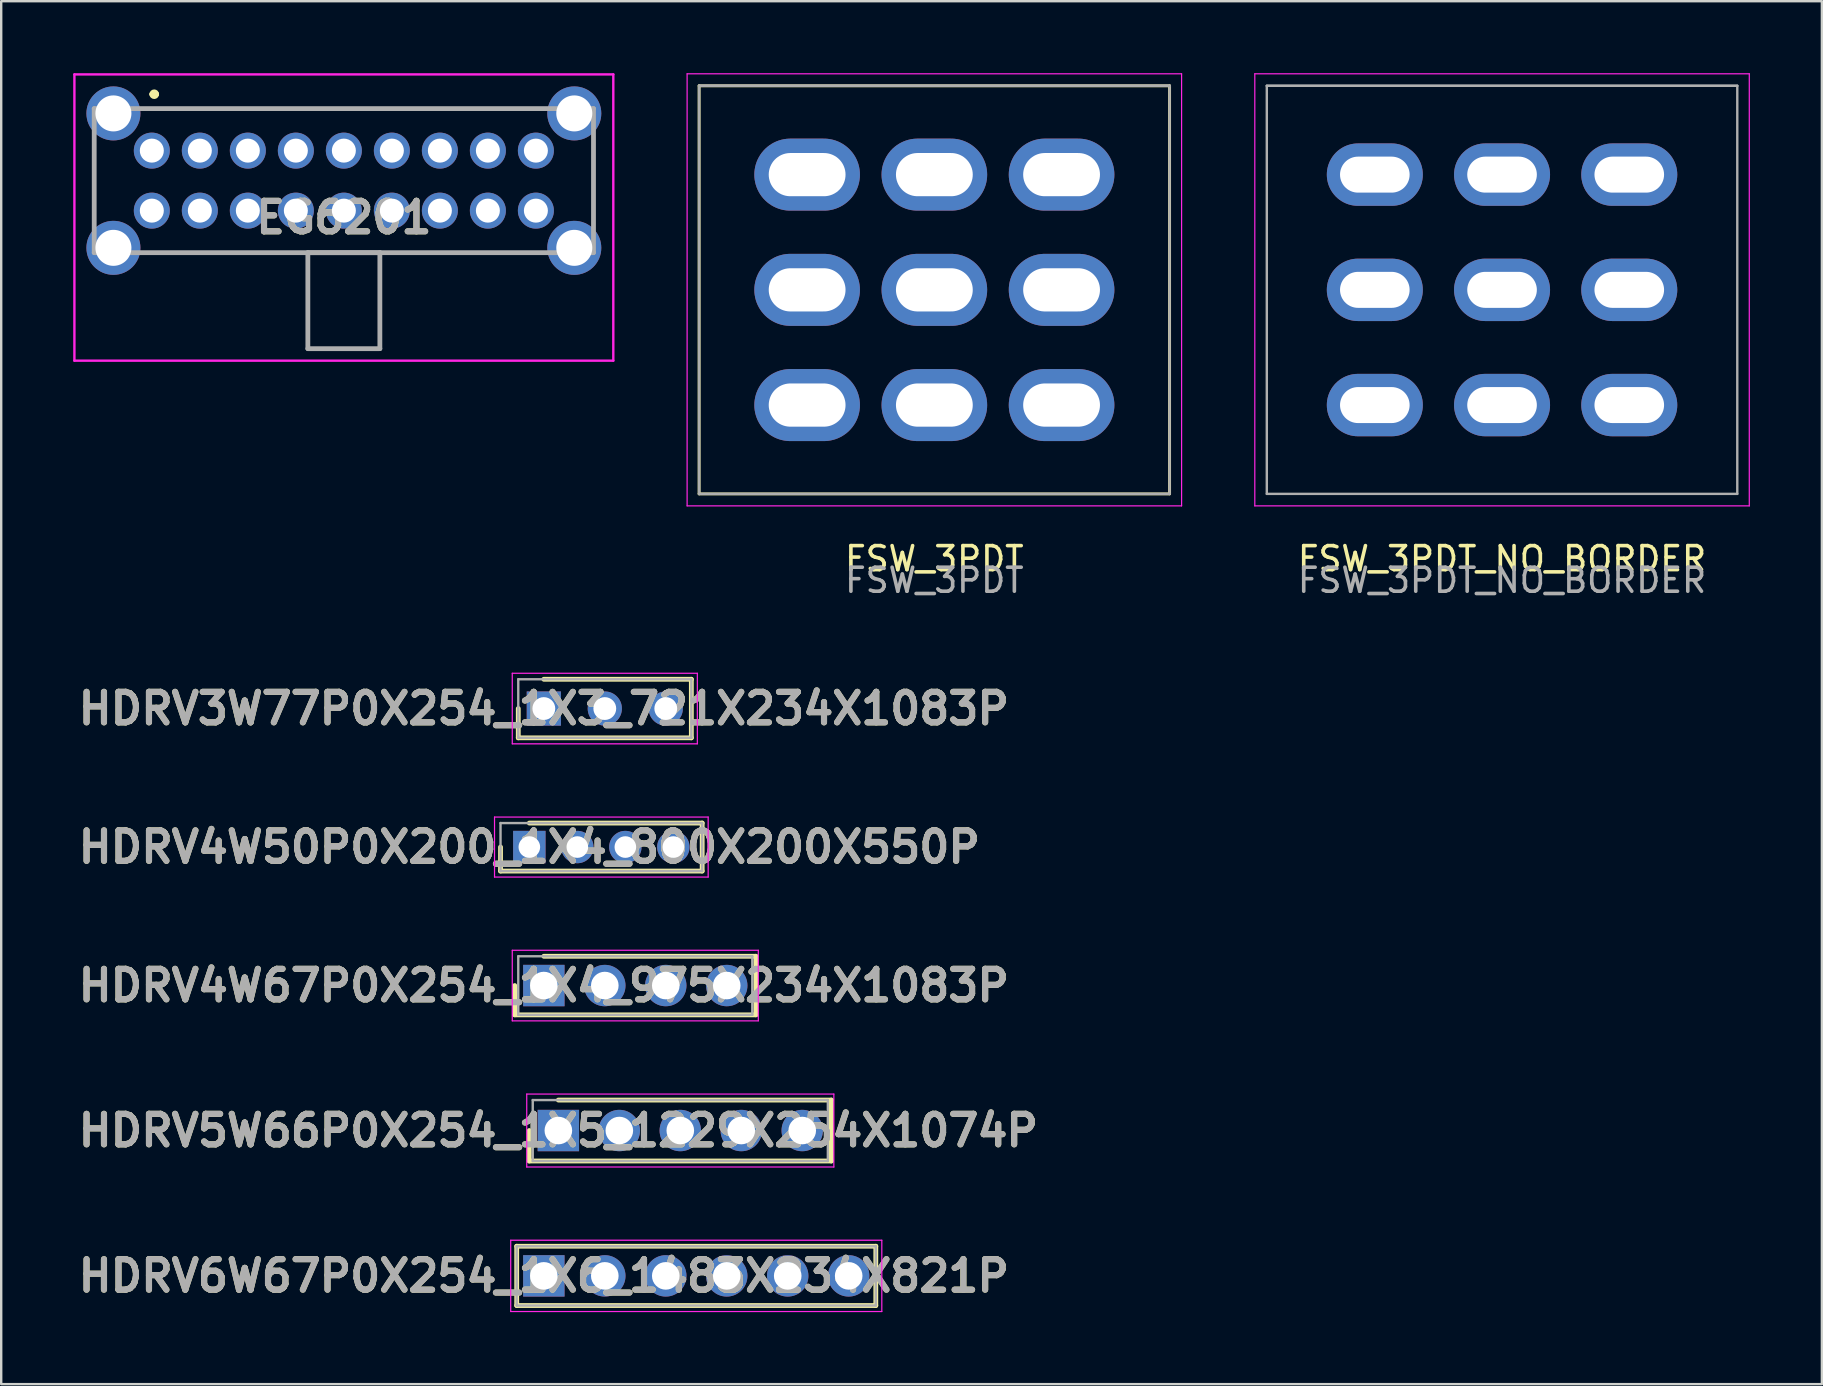
<source format=kicad_pcb>
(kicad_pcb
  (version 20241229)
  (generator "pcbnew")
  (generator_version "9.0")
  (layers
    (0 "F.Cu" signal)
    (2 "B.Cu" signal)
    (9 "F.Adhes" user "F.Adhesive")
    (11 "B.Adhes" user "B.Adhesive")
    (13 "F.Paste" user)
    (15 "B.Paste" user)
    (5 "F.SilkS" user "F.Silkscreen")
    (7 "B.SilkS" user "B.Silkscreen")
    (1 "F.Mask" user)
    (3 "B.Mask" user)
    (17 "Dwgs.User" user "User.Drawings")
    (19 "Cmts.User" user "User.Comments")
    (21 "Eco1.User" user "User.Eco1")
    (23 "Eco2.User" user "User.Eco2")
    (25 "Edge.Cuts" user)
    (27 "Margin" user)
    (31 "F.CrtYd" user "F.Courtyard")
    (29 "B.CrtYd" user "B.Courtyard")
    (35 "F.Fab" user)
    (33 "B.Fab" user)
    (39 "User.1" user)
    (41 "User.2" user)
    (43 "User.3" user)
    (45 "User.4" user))
  (footprint "FSW_3PDT_NO_BORDER"
    (layer "F.Cu")
    (at 59.525 9.025)
    (property "Reference" "FSW_3PDT_NO_BORDER" (at 0 11.2 0) (layer "F.SilkS") (effects (font (size 1 1) (thickness 0.15))))
    (attr through_hole)
    (fp_line (start -10.3 -9) (end -10.3 9) (stroke (width 0.05) (type solid)) (layer "F.CrtYd"))
    (fp_line (start 10.3 -9) (end -10.3 -9) (stroke (width 0.05) (type solid)) (layer "F.CrtYd"))
    (fp_line (start 10.3 -9) (end 10.3 9) (stroke (width 0.05) (type solid)) (layer "F.CrtYd"))
    (fp_line (start 10.3 9) (end -10.3 9) (stroke (width 0.05) (type solid)) (layer "F.CrtYd"))
    (fp_line (start -9.8 -8.5) (end 9.8 -8.5) (stroke (width 0.1) (type solid)) (layer "F.Fab"))
    (fp_line (start -9.8 -8.5) (end 9.8 -8.5) (stroke (width 0.1) (type solid)) (layer "F.Fab"))
    (fp_line (start -9.8 8.5) (end -9.8 -8.5) (stroke (width 0.1) (type solid)) (layer "F.Fab"))
    (fp_line (start -9.8 8.5) (end 9.8 8.5) (stroke (width 0.1) (type solid)) (layer "F.Fab"))
    (fp_line (start 9.8 8.5) (end 9.8 -8.5) (stroke (width 0.1) (type solid)) (layer "F.Fab"))
    (fp_text user "${REFERENCE}" (at 0 12.1 0) (layer "F.Fab") (effects (font (size 1 1) (thickness 0.15))))
    (pad "1" thru_hole oval (at -5.3 -4.8) (size 4 2.6) (drill oval 2.9 1.5) (layers "*.Cu" "*.Mask"))
    (pad "2" thru_hole oval (at 0 -4.8) (size 4 2.6) (drill oval 2.9 1.5) (layers "*.Cu" "*.Mask"))
    (pad "3" thru_hole oval (at 5.3 -4.8) (size 4 2.6) (drill oval 2.9 1.5) (layers "*.Cu" "*.Mask"))
    (pad "4" thru_hole oval (at -5.3 0) (size 4 2.6) (drill oval 2.9 1.5) (layers "*.Cu" "*.Mask"))
    (pad "5" thru_hole oval (at 0 0) (size 4 2.6) (drill oval 2.9 1.5) (layers "*.Cu" "*.Mask"))
    (pad "6" thru_hole oval (at 5.3 0) (size 4 2.6) (drill oval 2.9 1.5) (layers "*.Cu" "*.Mask"))
    (pad "7" thru_hole oval (at -5.3 4.8) (size 4 2.6) (drill oval 2.9 1.5) (layers "*.Cu" "*.Mask"))
    (pad "8" thru_hole oval (at 0 4.8) (size 4 2.6) (drill oval 2.9 1.5) (layers "*.Cu" "*.Mask"))
    (pad "9" thru_hole oval (at 5.3 4.8) (size 4 2.6) (drill oval 2.9 1.5) (layers "*.Cu" "*.Mask")))
  (footprint "EG6201"
    (layer "F.Cu")
    (at 3.275 3.225)
    (property "Reference" "EG6201" (at 8 2.787 0) (layer "F.SilkS") (effects (font (size 1.27 1.27) (thickness 0.254))))
    (attr through_hole)
    (fp_line (start -2.4 0.25) (end -2.4 2.25) (stroke (width 0.1) (type solid)) (layer "F.SilkS"))
    (fp_line (start 0 -2.35) (end 0 -2.35) (stroke (width 0.2) (type solid)) (layer "F.SilkS"))
    (fp_line (start 0.2 -2.35) (end 0.2 -2.35) (stroke (width 0.2) (type solid)) (layer "F.SilkS"))
    (fp_line (start 0.5 -1.75) (end 15.5 -1.75) (stroke (width 0.1) (type solid)) (layer "F.SilkS"))
    (fp_line (start 0.5 4.25) (end 15.5 4.25) (stroke (width 0.1) (type solid)) (layer "F.SilkS"))
    (fp_line (start 18.4 0.25) (end 18.4 2.25) (stroke (width 0.1) (type solid)) (layer "F.SilkS"))
    (fp_arc (start 0 -2.35) (mid 0.1 -2.45) (end 0.2 -2.35) (stroke (width 0.2) (type solid)) (layer "F.SilkS"))
    (fp_arc (start 0.2 -2.35) (mid 0.1 -2.25) (end 0 -2.35) (stroke (width 0.2) (type solid)) (layer "F.SilkS"))
    (fp_line (start -3.225 -3.175) (end 19.225 -3.175) (stroke (width 0.1) (type solid)) (layer "F.CrtYd"))
    (fp_line (start -3.225 8.75) (end -3.225 -3.175) (stroke (width 0.1) (type solid)) (layer "F.CrtYd"))
    (fp_line (start 19.225 -3.175) (end 19.225 8.75) (stroke (width 0.1) (type solid)) (layer "F.CrtYd"))
    (fp_line (start 19.225 8.75) (end -3.225 8.75) (stroke (width 0.1) (type solid)) (layer "F.CrtYd"))
    (fp_line (start -2.4 -1.75) (end 18.4 -1.75) (stroke (width 0.2) (type solid)) (layer "F.Fab"))
    (fp_line (start -2.4 4.25) (end -2.4 -1.75) (stroke (width 0.2) (type solid)) (layer "F.Fab"))
    (fp_line (start 6.5 4.25) (end 9.5 4.25) (stroke (width 0.2) (type solid)) (layer "F.Fab"))
    (fp_line (start 6.5 8.25) (end 6.5 4.25) (stroke (width 0.2) (type solid)) (layer "F.Fab"))
    (fp_line (start 9.5 4.25) (end 9.5 8.25) (stroke (width 0.2) (type solid)) (layer "F.Fab"))
    (fp_line (start 9.5 8.25) (end 6.5 8.25) (stroke (width 0.2) (type solid)) (layer "F.Fab"))
    (fp_line (start 18.4 -1.75) (end 18.4 4.25) (stroke (width 0.2) (type solid)) (layer "F.Fab"))
    (fp_line (start 18.4 4.25) (end -2.4 4.25) (stroke (width 0.2) (type solid)) (layer "F.Fab"))
    (fp_text user "${REFERENCE}" (at 8 2.787 0) (layer "F.Fab") (effects (font (size 1.27 1.27) (thickness 0.254))))
    (pad "1" thru_hole circle (at 0 0) (size 1.5 1.5) (drill 1) (layers "*.Cu" "*.Mask"))
    (pad "2" thru_hole circle (at 2 0) (size 1.5 1.5) (drill 1) (layers "*.Cu" "*.Mask"))
    (pad "3" thru_hole circle (at 4 0) (size 1.5 1.5) (drill 1) (layers "*.Cu" "*.Mask"))
    (pad "4" thru_hole circle (at 6 0) (size 1.5 1.5) (drill 1) (layers "*.Cu" "*.Mask"))
    (pad "5" thru_hole circle (at 8 0) (size 1.5 1.5) (drill 1) (layers "*.Cu" "*.Mask"))
    (pad "6" thru_hole circle (at 10 0) (size 1.5 1.5) (drill 1) (layers "*.Cu" "*.Mask"))
    (pad "7" thru_hole circle (at 12 0) (size 1.5 1.5) (drill 1) (layers "*.Cu" "*.Mask"))
    (pad "8" thru_hole circle (at 14 0) (size 1.5 1.5) (drill 1) (layers "*.Cu" "*.Mask"))
    (pad "9" thru_hole circle (at 16 0) (size 1.5 1.5) (drill 1) (layers "*.Cu" "*.Mask"))
    (pad "10" thru_hole circle (at 0 2.5) (size 1.5 1.5) (drill 1) (layers "*.Cu" "*.Mask"))
    (pad "11" thru_hole circle (at 2 2.5) (size 1.5 1.5) (drill 1) (layers "*.Cu" "*.Mask"))
    (pad "12" thru_hole circle (at 4 2.5) (size 1.5 1.5) (drill 1) (layers "*.Cu" "*.Mask"))
    (pad "13" thru_hole circle (at 6 2.5) (size 1.5 1.5) (drill 1) (layers "*.Cu" "*.Mask"))
    (pad "14" thru_hole circle (at 8 2.5) (size 1.5 1.5) (drill 1) (layers "*.Cu" "*.Mask"))
    (pad "15" thru_hole circle (at 10 2.5) (size 1.5 1.5) (drill 1) (layers "*.Cu" "*.Mask"))
    (pad "16" thru_hole circle (at 12 2.5) (size 1.5 1.5) (drill 1) (layers "*.Cu" "*.Mask"))
    (pad "17" thru_hole circle (at 14 2.5) (size 1.5 1.5) (drill 1) (layers "*.Cu" "*.Mask"))
    (pad "18" thru_hole circle (at 16 2.5) (size 1.5 1.5) (drill 1) (layers "*.Cu" "*.Mask"))
    (pad "MH1" thru_hole circle (at -1.6 -1.55) (size 2.25 2.25) (drill 1.5) (layers "*.Cu" "*.Mask"))
    (pad "MH2" thru_hole circle (at 17.6 -1.55) (size 2.25 2.25) (drill 1.5) (layers "*.Cu" "*.Mask"))
    (pad "MH3" thru_hole circle (at -1.6 4.05) (size 2.25 2.25) (drill 1.5) (layers "*.Cu" "*.Mask"))
    (pad "MH4" thru_hole circle (at 17.6 4.05) (size 2.25 2.25) (drill 1.5) (layers "*.Cu" "*.Mask")))
  (footprint "HDRV5W66P0X254_1X5_1229X254X1074P"
    (layer "F.Cu")
    (at 20.211 44.048)
    (property "Reference" "HDRV5W66P0X254_1X5_1229X254X1074P" (at 0 0 0) (layer "F.SilkS") (effects (font (size 1.27 1.27) (thickness 0.254))))
    (attr through_hole)
    (fp_line (start -1.212 0) (end -1.212 1.27) (stroke (width 0.2) (type solid)) (layer "F.SilkS"))
    (fp_line (start -1.212 1.27) (end 11.373 1.27) (stroke (width 0.2) (type solid)) (layer "F.SilkS"))
    (fp_line (start 11.373 -1.27) (end 0 -1.27) (stroke (width 0.2) (type solid)) (layer "F.SilkS"))
    (fp_line (start 11.373 1.27) (end 11.373 -1.27) (stroke (width 0.2) (type solid)) (layer "F.SilkS"))
    (fp_line (start -1.317 -1.52) (end 11.477 -1.52) (stroke (width 0.05) (type solid)) (layer "F.CrtYd"))
    (fp_line (start -1.317 1.52) (end -1.317 -1.52) (stroke (width 0.05) (type solid)) (layer "F.CrtYd"))
    (fp_line (start 11.477 -1.52) (end 11.477 1.52) (stroke (width 0.05) (type solid)) (layer "F.CrtYd"))
    (fp_line (start 11.477 1.52) (end -1.317 1.52) (stroke (width 0.05) (type solid)) (layer "F.CrtYd"))
    (fp_line (start -1.067 -1.27) (end 11.227 -1.27) (stroke (width 0.1) (type solid)) (layer "F.Fab"))
    (fp_line (start -1.067 1.27) (end -1.067 -1.27) (stroke (width 0.1) (type solid)) (layer "F.Fab"))
    (fp_line (start 11.227 -1.27) (end 11.227 1.27) (stroke (width 0.1) (type solid)) (layer "F.Fab"))
    (fp_line (start 11.227 1.27) (end -1.067 1.27) (stroke (width 0.1) (type solid)) (layer "F.Fab"))
    (fp_text user "${REFERENCE}" (at 0 0 0) (layer "F.Fab") (effects (font (size 1.27 1.27) (thickness 0.254))))
    (pad "1" thru_hole rect (at 0 0) (size 1.725 1.725) (drill 1.15) (layers "*.Cu" "*.Mask"))
    (pad "2" thru_hole circle (at 2.54 0) (size 1.725 1.725) (drill 1.15) (layers "*.Cu" "*.Mask"))
    (pad "3" thru_hole circle (at 5.08 0) (size 1.725 1.725) (drill 1.15) (layers "*.Cu" "*.Mask"))
    (pad "4" thru_hole circle (at 7.62 0) (size 1.725 1.725) (drill 1.15) (layers "*.Cu" "*.Mask"))
    (pad "5" thru_hole circle (at 10.16 0) (size 1.725 1.725) (drill 1.15) (layers "*.Cu" "*.Mask")))
  (footprint "HDRV4W50P0X200_1X4_800X200X550P"
    (layer "F.Cu")
    (at 19.002 32.238)
    (property "Reference" "HDRV4W50P0X200_1X4_800X200X550P" (at 0 0 0) (layer "F.SilkS") (effects (font (size 1.27 1.27) (thickness 0.254))))
    (attr through_hole)
    (fp_line (start -1.2 0) (end -1.2 1) (stroke (width 0.2) (type solid)) (layer "F.SilkS"))
    (fp_line (start -1.2 1) (end 7.2 1) (stroke (width 0.2) (type solid)) (layer "F.SilkS"))
    (fp_line (start 7.2 -1) (end 0 -1) (stroke (width 0.2) (type solid)) (layer "F.SilkS"))
    (fp_line (start 7.2 1) (end 7.2 -1) (stroke (width 0.2) (type solid)) (layer "F.SilkS"))
    (fp_line (start -1.45 -1.25) (end 7.45 -1.25) (stroke (width 0.05) (type solid)) (layer "F.CrtYd"))
    (fp_line (start -1.45 1.25) (end -1.45 -1.25) (stroke (width 0.05) (type solid)) (layer "F.CrtYd"))
    (fp_line (start 7.45 -1.25) (end 7.45 1.25) (stroke (width 0.05) (type solid)) (layer "F.CrtYd"))
    (fp_line (start 7.45 1.25) (end -1.45 1.25) (stroke (width 0.05) (type solid)) (layer "F.CrtYd"))
    (fp_line (start -1.2 -1) (end 7.2 -1) (stroke (width 0.1) (type solid)) (layer "F.Fab"))
    (fp_line (start -1.2 1) (end -1.2 -1) (stroke (width 0.1) (type solid)) (layer "F.Fab"))
    (fp_line (start 7.2 -1) (end 7.2 1) (stroke (width 0.1) (type solid)) (layer "F.Fab"))
    (fp_line (start 7.2 1) (end -1.2 1) (stroke (width 0.1) (type solid)) (layer "F.Fab"))
    (fp_text user "${REFERENCE}" (at 0 0 0) (layer "F.Fab") (effects (font (size 1.27 1.27) (thickness 0.254))))
    (pad "1" thru_hole rect (at 0 0) (size 1.35 1.35) (drill 0.9) (layers "*.Cu" "*.Mask"))
    (pad "2" thru_hole circle (at 2 0) (size 1.35 1.35) (drill 0.9) (layers "*.Cu" "*.Mask"))
    (pad "3" thru_hole circle (at 4 0) (size 1.35 1.35) (drill 0.9) (layers "*.Cu" "*.Mask"))
    (pad "4" thru_hole circle (at 6 0) (size 1.35 1.35) (drill 0.9) (layers "*.Cu" "*.Mask")))
  (footprint "HDRV3W77P0X254_1X3_721X234X1083P"
    (layer "F.Cu")
    (at 19.606 26.468)
    (property "Reference" "HDRV3W77P0X254_1X3_721X234X1083P" (at 0 0 0) (layer "F.SilkS") (effects (font (size 1.27 1.27) (thickness 0.254))))
    (attr through_hole)
    (fp_line (start -1.065 0) (end -1.065 1.22) (stroke (width 0.2) (type solid)) (layer "F.SilkS"))
    (fp_line (start -1.065 1.22) (end 6.145 1.22) (stroke (width 0.2) (type solid)) (layer "F.SilkS"))
    (fp_line (start 6.145 -1.22) (end 0 -1.22) (stroke (width 0.2) (type solid)) (layer "F.SilkS"))
    (fp_line (start 6.145 1.22) (end 6.145 -1.22) (stroke (width 0.2) (type solid)) (layer "F.SilkS"))
    (fp_line (start -1.315 -1.47) (end 6.395 -1.47) (stroke (width 0.05) (type solid)) (layer "F.CrtYd"))
    (fp_line (start -1.315 1.47) (end -1.315 -1.47) (stroke (width 0.05) (type solid)) (layer "F.CrtYd"))
    (fp_line (start 6.395 -1.47) (end 6.395 1.47) (stroke (width 0.05) (type solid)) (layer "F.CrtYd"))
    (fp_line (start 6.395 1.47) (end -1.315 1.47) (stroke (width 0.05) (type solid)) (layer "F.CrtYd"))
    (fp_line (start -1.065 -1.22) (end 6.145 -1.22) (stroke (width 0.1) (type solid)) (layer "F.Fab"))
    (fp_line (start -1.065 1.22) (end -1.065 -1.22) (stroke (width 0.1) (type solid)) (layer "F.Fab"))
    (fp_line (start 6.145 -1.22) (end 6.145 1.22) (stroke (width 0.1) (type solid)) (layer "F.Fab"))
    (fp_line (start 6.145 1.22) (end -1.065 1.22) (stroke (width 0.1) (type solid)) (layer "F.Fab"))
    (fp_text user "${REFERENCE}" (at 0 0 0) (layer "F.Fab") (effects (font (size 1.27 1.27) (thickness 0.254))))
    (pad "1" thru_hole rect (at 0 0) (size 1.425 1.425) (drill 0.95) (layers "*.Cu" "*.Mask"))
    (pad "2" thru_hole circle (at 2.54 0) (size 1.425 1.425) (drill 0.95) (layers "*.Cu" "*.Mask"))
    (pad "3" thru_hole circle (at 5.08 0) (size 1.425 1.425) (drill 0.95) (layers "*.Cu" "*.Mask")))
  (footprint "HDRV6W67P0X254_1X6_1483X234X821P"
    (layer "F.Cu")
    (at 19.606 50.103)
    (property "Reference" "HDRV6W67P0X254_1X6_1483X234X821P" (at 0 0 0) (layer "F.SilkS") (effects (font (size 1.27 1.27) (thickness 0.254))))
    (attr through_hole)
    (fp_line (start -1.13 -1.235) (end -1.13 1.235) (stroke (width 0.2) (type solid)) (layer "F.SilkS"))
    (fp_line (start -1.13 1.235) (end 13.83 1.235) (stroke (width 0.2) (type solid)) (layer "F.SilkS"))
    (fp_line (start 13.83 -1.235) (end -1.13 -1.235) (stroke (width 0.2) (type solid)) (layer "F.SilkS"))
    (fp_line (start 13.83 1.235) (end 13.83 -1.235) (stroke (width 0.2) (type solid)) (layer "F.SilkS"))
    (fp_line (start -1.38 -1.485) (end 14.08 -1.485) (stroke (width 0.05) (type solid)) (layer "F.CrtYd"))
    (fp_line (start -1.38 1.485) (end -1.38 -1.485) (stroke (width 0.05) (type solid)) (layer "F.CrtYd"))
    (fp_line (start 14.08 -1.485) (end 14.08 1.485) (stroke (width 0.05) (type solid)) (layer "F.CrtYd"))
    (fp_line (start 14.08 1.485) (end -1.38 1.485) (stroke (width 0.05) (type solid)) (layer "F.CrtYd"))
    (fp_line (start -1.13 -1.235) (end 13.83 -1.235) (stroke (width 0.1) (type solid)) (layer "F.Fab"))
    (fp_line (start -1.13 1.235) (end -1.13 -1.235) (stroke (width 0.1) (type solid)) (layer "F.Fab"))
    (fp_line (start 13.83 -1.235) (end 13.83 1.235) (stroke (width 0.1) (type solid)) (layer "F.Fab"))
    (fp_line (start 13.83 1.235) (end -1.13 1.235) (stroke (width 0.1) (type solid)) (layer "F.Fab"))
    (fp_text user "${REFERENCE}" (at 0 0 0) (layer "F.Fab") (effects (font (size 1.27 1.27) (thickness 0.254))))
    (pad "1" thru_hole rect (at 0 0) (size 1.725 1.725) (drill 1.15) (layers "*.Cu" "*.Mask"))
    (pad "2" thru_hole circle (at 2.54 0) (size 1.725 1.725) (drill 1.15) (layers "*.Cu" "*.Mask"))
    (pad "3" thru_hole circle (at 5.08 0) (size 1.725 1.725) (drill 1.15) (layers "*.Cu" "*.Mask"))
    (pad "4" thru_hole circle (at 7.62 0) (size 1.725 1.725) (drill 1.15) (layers "*.Cu" "*.Mask"))
    (pad "5" thru_hole circle (at 10.16 0) (size 1.725 1.725) (drill 1.15) (layers "*.Cu" "*.Mask"))
    (pad "6" thru_hole circle (at 12.7 0) (size 1.725 1.725) (drill 1.15) (layers "*.Cu" "*.Mask")))
  (footprint "FSW_3PDT"
    (layer "F.Cu")
    (at 35.875 9.025)
    (property "Reference" "FSW_3PDT" (at 0 11.2 0) (layer "F.SilkS") (effects (font (size 1 1) (thickness 0.15))))
    (attr through_hole)
    (fp_line (start -9.8 -8.5) (end -9.8 8.5) (stroke (width 0.12) (type solid)) (layer "F.SilkS"))
    (fp_line (start -9.8 -8.5) (end 9.8 -8.5) (stroke (width 0.12) (type solid)) (layer "F.SilkS"))
    (fp_line (start -9.8 8.5) (end 9.8 8.5) (stroke (width 0.12) (type solid)) (layer "F.SilkS"))
    (fp_line (start 9.8 -8.5) (end 9.8 8.5) (stroke (width 0.12) (type solid)) (layer "F.SilkS"))
    (fp_line (start -10.3 -9) (end -10.3 9) (stroke (width 0.05) (type solid)) (layer "F.CrtYd"))
    (fp_line (start 10.3 -9) (end -10.3 -9) (stroke (width 0.05) (type solid)) (layer "F.CrtYd"))
    (fp_line (start 10.3 -9) (end 10.3 9) (stroke (width 0.05) (type solid)) (layer "F.CrtYd"))
    (fp_line (start 10.3 9) (end -10.3 9) (stroke (width 0.05) (type solid)) (layer "F.CrtYd"))
    (fp_line (start -9.8 -8.5) (end 9.8 -8.5) (stroke (width 0.1) (type solid)) (layer "F.Fab"))
    (fp_line (start -9.8 -8.5) (end 9.8 -8.5) (stroke (width 0.1) (type solid)) (layer "F.Fab"))
    (fp_line (start -9.8 8.5) (end -9.8 -8.5) (stroke (width 0.1) (type solid)) (layer "F.Fab"))
    (fp_line (start -9.8 8.5) (end 9.8 8.5) (stroke (width 0.1) (type solid)) (layer "F.Fab"))
    (fp_line (start 9.8 8.5) (end 9.8 -8.5) (stroke (width 0.1) (type solid)) (layer "F.Fab"))
    (fp_text user "${REFERENCE}" (at 0 12.1 0) (layer "F.Fab") (effects (font (size 1 1) (thickness 0.15))))
    (pad "1" thru_hole oval (at -5.3 -4.8) (size 4.4 3) (drill oval 3.2 1.8) (layers "*.Cu" "*.Mask"))
    (pad "2" thru_hole oval (at 0 -4.8) (size 4.4 3) (drill oval 3.2 1.8) (layers "*.Cu" "*.Mask"))
    (pad "3" thru_hole oval (at 5.3 -4.8) (size 4.4 3) (drill oval 3.2 1.8) (layers "*.Cu" "*.Mask"))
    (pad "4" thru_hole oval (at -5.3 0) (size 4.4 3) (drill oval 3.2 1.8) (layers "*.Cu" "*.Mask"))
    (pad "5" thru_hole oval (at 0 0) (size 4.4 3) (drill oval 3.2 1.8) (layers "*.Cu" "*.Mask"))
    (pad "6" thru_hole oval (at 5.3 0) (size 4.4 3) (drill oval 3.2 1.8) (layers "*.Cu" "*.Mask"))
    (pad "7" thru_hole oval (at -5.3 4.8) (size 4.4 3) (drill oval 3.2 1.8) (layers "*.Cu" "*.Mask"))
    (pad "8" thru_hole oval (at 0 4.8) (size 4.4 3) (drill oval 3.2 1.8) (layers "*.Cu" "*.Mask"))
    (pad "9" thru_hole oval (at 5.3 4.8) (size 4.4 3) (drill oval 3.2 1.8) (layers "*.Cu" "*.Mask")))
  (footprint "HDRV4W67P0X254_1X4_975X234X1083P"
    (layer "F.Cu")
    (at 19.606 38.008)
    (property "Reference" "HDRV4W67P0X254_1X4_975X234X1083P" (at 0 0 0) (layer "F.SilkS") (effects (font (size 1.27 1.27) (thickness 0.254))))
    (attr through_hole)
    (fp_line (start -1.212 0) (end -1.212 1.22) (stroke (width 0.2) (type solid)) (layer "F.SilkS"))
    (fp_line (start -1.212 1.22) (end 8.833 1.22) (stroke (width 0.2) (type solid)) (layer "F.SilkS"))
    (fp_line (start 8.833 -1.22) (end 0 -1.22) (stroke (width 0.2) (type solid)) (layer "F.SilkS"))
    (fp_line (start 8.833 1.22) (end 8.833 -1.22) (stroke (width 0.2) (type solid)) (layer "F.SilkS"))
    (fp_line (start -1.315 -1.47) (end 8.935 -1.47) (stroke (width 0.05) (type solid)) (layer "F.CrtYd"))
    (fp_line (start -1.315 1.47) (end -1.315 -1.47) (stroke (width 0.05) (type solid)) (layer "F.CrtYd"))
    (fp_line (start 8.935 -1.47) (end 8.935 1.47) (stroke (width 0.05) (type solid)) (layer "F.CrtYd"))
    (fp_line (start 8.935 1.47) (end -1.315 1.47) (stroke (width 0.05) (type solid)) (layer "F.CrtYd"))
    (fp_line (start -1.065 -1.22) (end 8.685 -1.22) (stroke (width 0.1) (type solid)) (layer "F.Fab"))
    (fp_line (start -1.065 1.22) (end -1.065 -1.22) (stroke (width 0.1) (type solid)) (layer "F.Fab"))
    (fp_line (start 8.685 -1.22) (end 8.685 1.22) (stroke (width 0.1) (type solid)) (layer "F.Fab"))
    (fp_line (start 8.685 1.22) (end -1.065 1.22) (stroke (width 0.1) (type solid)) (layer "F.Fab"))
    (fp_text user "${REFERENCE}" (at 0 0 0) (layer "F.Fab") (effects (font (size 1.27 1.27) (thickness 0.254))))
    (pad "1" thru_hole rect (at 0 0) (size 1.725 1.725) (drill 1.15) (layers "*.Cu" "*.Mask"))
    (pad "2" thru_hole circle (at 2.54 0) (size 1.725 1.725) (drill 1.15) (layers "*.Cu" "*.Mask"))
    (pad "3" thru_hole circle (at 5.08 0) (size 1.725 1.725) (drill 1.15) (layers "*.Cu" "*.Mask"))
    (pad "4" thru_hole circle (at 7.62 0) (size 1.725 1.725) (drill 1.15) (layers "*.Cu" "*.Mask")))
  (gr_rect
    (start -3 -3)
    (end 72.85 54.613)
    (stroke (width 0.1) (type default))
    (fill no)
    (layer "Edge.Cuts")))
</source>
